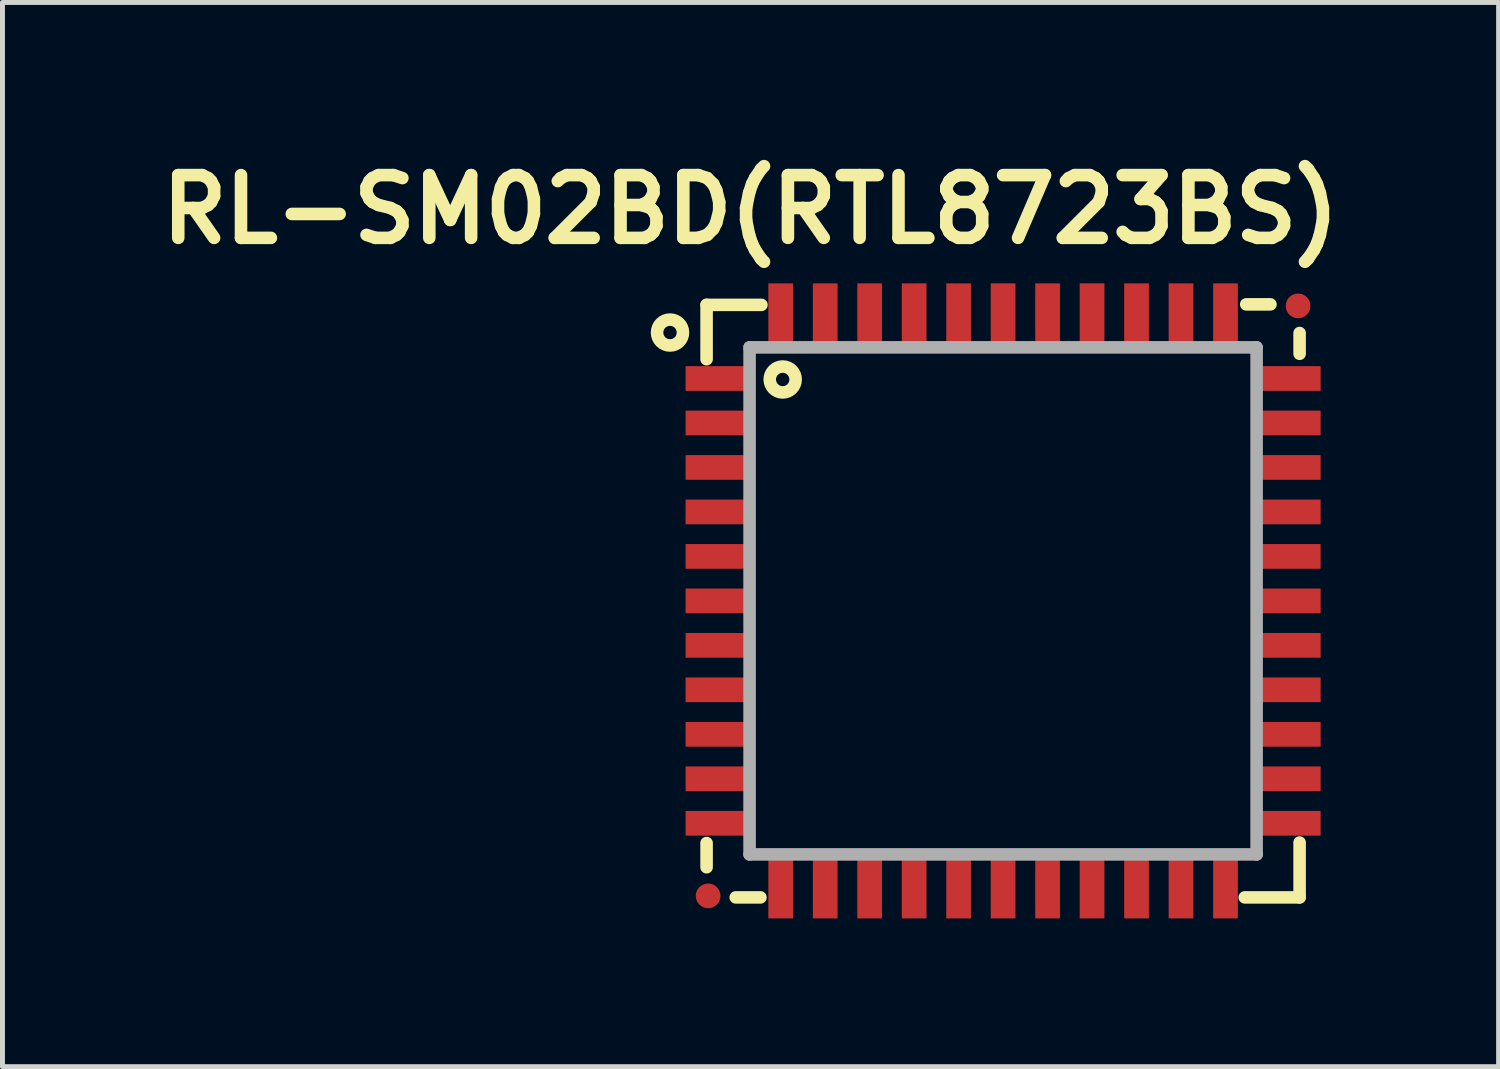
<source format=kicad_pcb>
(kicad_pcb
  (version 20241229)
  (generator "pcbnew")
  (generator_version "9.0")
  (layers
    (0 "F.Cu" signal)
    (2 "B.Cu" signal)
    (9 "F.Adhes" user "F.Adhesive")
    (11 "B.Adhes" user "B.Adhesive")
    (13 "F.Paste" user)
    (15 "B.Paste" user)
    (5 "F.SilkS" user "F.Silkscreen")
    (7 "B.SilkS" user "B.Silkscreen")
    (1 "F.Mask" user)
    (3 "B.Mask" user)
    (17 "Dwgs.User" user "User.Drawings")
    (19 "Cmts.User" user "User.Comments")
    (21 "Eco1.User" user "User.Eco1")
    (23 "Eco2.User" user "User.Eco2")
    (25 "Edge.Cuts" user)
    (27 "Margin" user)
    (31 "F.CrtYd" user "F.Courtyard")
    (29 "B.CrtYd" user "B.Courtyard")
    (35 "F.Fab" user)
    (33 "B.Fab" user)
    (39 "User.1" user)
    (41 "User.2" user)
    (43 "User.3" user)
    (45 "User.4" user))
  (footprint "RL-SM02BD(RTL8723BS)"
    (layer "F.Cu")
    (at 17.248 9.109)
    (property "Reference" "RL-SM02BD(RTL8723BS)" (at -5.11 -7.92 0) (layer "F.SilkS") (effects (font (size 1.27 1.27) (thickness 0.254))))
    (attr smd)
    (fp_line (start -6 -5.99) (end -6 -4.89) (stroke (width 0.254) (type solid)) (layer "F.SilkS"))
    (fp_line (start -6 -5.99) (end -4.89 -5.99) (stroke (width 0.254) (type solid)) (layer "F.SilkS"))
    (fp_line (start -6 4.9) (end -6 5.39) (stroke (width 0.254) (type solid)) (layer "F.SilkS"))
    (fp_line (start -5.41 6) (end -4.91 6) (stroke (width 0.254) (type solid)) (layer "F.SilkS"))
    (fp_line (start 4.92 -6) (end 5.41 -6) (stroke (width 0.254) (type solid)) (layer "F.SilkS"))
    (fp_line (start 6 -5) (end 6 -5.42) (stroke (width 0.254) (type solid)) (layer "F.SilkS"))
    (fp_line (start 6 6) (end 4.89 6) (stroke (width 0.254) (type solid)) (layer "F.SilkS"))
    (fp_line (start 6 6) (end 6 4.89) (stroke (width 0.254) (type solid)) (layer "F.SilkS"))
    (fp_circle (center -6.74 -5.43) (end -6.49 -5.51) (stroke (width 0.254) (type solid)) (fill no) (layer "F.SilkS"))
    (fp_circle (center -4.46 -4.48) (end -4.21 -4.56) (stroke (width 0.254) (type solid)) (fill no) (layer "F.SilkS"))
    (fp_line (start -5.13 -5.13) (end 5.13 -5.13) (stroke (width 0.254) (type solid)) (layer "F.Fab"))
    (fp_line (start -5.13 5.13) (end -5.13 -5.13) (stroke (width 0.254) (type solid)) (layer "F.Fab"))
    (fp_line (start 5.13 -5.13) (end 5.13 5.13) (stroke (width 0.254) (type solid)) (layer "F.Fab"))
    (fp_line (start 5.13 5.13) (end -5.13 5.13) (stroke (width 0.254) (type solid)) (layer "F.Fab"))
    (pad "1" smd rect (at -5.775 -4.5) (size 1.3 0.5) (layers "F.Cu" "F.Mask" "F.Paste"))
    (pad "2" smd rect (at -5.775 -3.6) (size 1.3 0.5) (layers "F.Cu" "F.Mask" "F.Paste"))
    (pad "3" smd rect (at -5.775 -2.7) (size 1.3 0.5) (layers "F.Cu" "F.Mask" "F.Paste"))
    (pad "4" smd rect (at -5.775 -1.8) (size 1.3 0.5) (layers "F.Cu" "F.Mask" "F.Paste"))
    (pad "5" smd rect (at -5.775 -0.9) (size 1.3 0.5) (layers "F.Cu" "F.Mask" "F.Paste"))
    (pad "6" smd rect (at -5.775 0) (size 1.3 0.5) (layers "F.Cu" "F.Mask" "F.Paste"))
    (pad "7" smd rect (at -5.775 0.9) (size 1.3 0.5) (layers "F.Cu" "F.Mask" "F.Paste"))
    (pad "8" smd rect (at -5.775 1.8) (size 1.3 0.5) (layers "F.Cu" "F.Mask" "F.Paste"))
    (pad "9" smd rect (at -5.775 2.7) (size 1.3 0.5) (layers "F.Cu" "F.Mask" "F.Paste"))
    (pad "10" smd rect (at -5.775 3.6) (size 1.3 0.5) (layers "F.Cu" "F.Mask" "F.Paste"))
    (pad "11" smd rect (at -5.775 4.5) (size 1.3 0.5) (layers "F.Cu" "F.Mask" "F.Paste"))
    (pad "12" smd rect (at -4.5 5.775 90) (size 1.3 0.5) (layers "F.Cu" "F.Mask" "F.Paste"))
    (pad "13" smd rect (at -3.6 5.775 90) (size 1.3 0.5) (layers "F.Cu" "F.Mask" "F.Paste"))
    (pad "14" smd rect (at -2.7 5.775 90) (size 1.3 0.5) (layers "F.Cu" "F.Mask" "F.Paste"))
    (pad "15" smd rect (at -1.8 5.775 90) (size 1.3 0.5) (layers "F.Cu" "F.Mask" "F.Paste"))
    (pad "16" smd rect (at -0.9 5.775 90) (size 1.3 0.5) (layers "F.Cu" "F.Mask" "F.Paste"))
    (pad "17" smd rect (at 0 5.775 90) (size 1.3 0.5) (layers "F.Cu" "F.Mask" "F.Paste"))
    (pad "18" smd rect (at 0.9 5.775 90) (size 1.3 0.5) (layers "F.Cu" "F.Mask" "F.Paste"))
    (pad "19" smd rect (at 1.8 5.775 90) (size 1.3 0.5) (layers "F.Cu" "F.Mask" "F.Paste"))
    (pad "20" smd rect (at 2.7 5.775 90) (size 1.3 0.5) (layers "F.Cu" "F.Mask" "F.Paste"))
    (pad "21" smd rect (at 3.6 5.775 90) (size 1.3 0.5) (layers "F.Cu" "F.Mask" "F.Paste"))
    (pad "22" smd rect (at 4.5 5.775 90) (size 1.3 0.5) (layers "F.Cu" "F.Mask" "F.Paste"))
    (pad "23" smd rect (at 5.775 4.5 180) (size 1.3 0.5) (layers "F.Cu" "F.Mask" "F.Paste"))
    (pad "24" smd rect (at 5.775 3.6 180) (size 1.3 0.5) (layers "F.Cu" "F.Mask" "F.Paste"))
    (pad "25" smd rect (at 5.775 2.7 180) (size 1.3 0.5) (layers "F.Cu" "F.Mask" "F.Paste"))
    (pad "26" smd rect (at 5.775 1.8 180) (size 1.3 0.5) (layers "F.Cu" "F.Mask" "F.Paste"))
    (pad "27" smd rect (at 5.775 0.9 180) (size 1.3 0.5) (layers "F.Cu" "F.Mask" "F.Paste"))
    (pad "28" smd rect (at 5.775 0 180) (size 1.3 0.5) (layers "F.Cu" "F.Mask" "F.Paste"))
    (pad "29" smd rect (at 5.775 -0.9 180) (size 1.3 0.5) (layers "F.Cu" "F.Mask" "F.Paste"))
    (pad "30" smd rect (at 5.775 -1.8 180) (size 1.3 0.5) (layers "F.Cu" "F.Mask" "F.Paste"))
    (pad "31" smd rect (at 5.775 -2.7 180) (size 1.3 0.5) (layers "F.Cu" "F.Mask" "F.Paste"))
    (pad "32" smd rect (at 5.775 -3.6 180) (size 1.3 0.5) (layers "F.Cu" "F.Mask" "F.Paste"))
    (pad "33" smd rect (at 5.775 -4.5 180) (size 1.3 0.5) (layers "F.Cu" "F.Mask" "F.Paste"))
    (pad "34" smd rect (at 4.5 -5.775 270) (size 1.3 0.5) (layers "F.Cu" "F.Mask" "F.Paste"))
    (pad "35" smd rect (at 3.6 -5.775 270) (size 1.3 0.5) (layers "F.Cu" "F.Mask" "F.Paste"))
    (pad "36" smd rect (at 2.7 -5.775 270) (size 1.3 0.5) (layers "F.Cu" "F.Mask" "F.Paste"))
    (pad "37" smd rect (at 1.8 -5.775 270) (size 1.3 0.5) (layers "F.Cu" "F.Mask" "F.Paste"))
    (pad "38" smd rect (at 0.9 -5.775 270) (size 1.3 0.5) (layers "F.Cu" "F.Mask" "F.Paste"))
    (pad "39" smd rect (at 0 -5.775 270) (size 1.3 0.5) (layers "F.Cu" "F.Mask" "F.Paste"))
    (pad "40" smd rect (at -0.9 -5.775 270) (size 1.3 0.5) (layers "F.Cu" "F.Mask" "F.Paste"))
    (pad "41" smd rect (at -1.8 -5.775 270) (size 1.3 0.5) (layers "F.Cu" "F.Mask" "F.Paste"))
    (pad "42" smd rect (at -2.7 -5.775 270) (size 1.3 0.5) (layers "F.Cu" "F.Mask" "F.Paste"))
    (pad "43" smd rect (at -3.6 -5.775 270) (size 1.3 0.5) (layers "F.Cu" "F.Mask" "F.Paste"))
    (pad "44" smd rect (at -4.5 -5.775 270) (size 1.3 0.5) (layers "F.Cu" "F.Mask" "F.Paste"))
    (pad "FID1" smd circle (at -5.969 5.969 270) (size 0.5 0.5) (layers "F.Cu" "F.Mask"))
    (pad "FID2" smd circle (at 5.969 -5.969 270) (size 0.5 0.5) (layers "F.Cu" "F.Mask")))
  (gr_rect
    (start -3 -3)
    (end 27.275 18.534)
    (stroke (width 0.1) (type default))
    (fill no)
    (layer "Edge.Cuts")))
</source>
